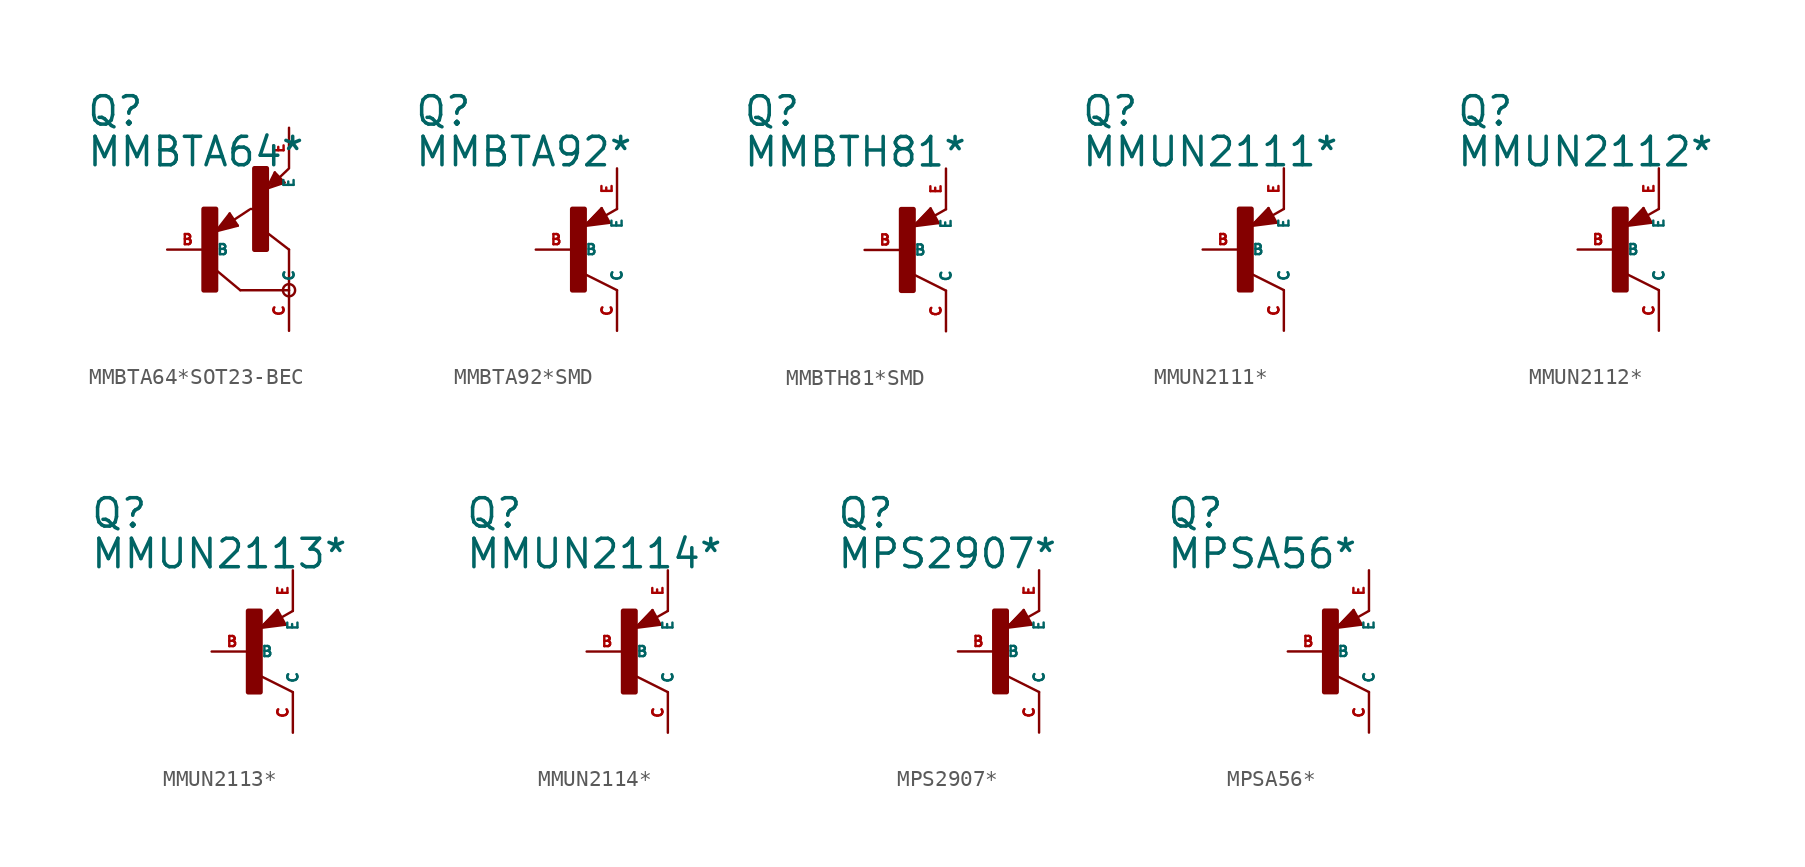
<source format=kicad_sym>
(kicad_symbol_lib
  (version 20220914)
  (generator Eagle2Kicad)
  (symbol "MMBTA64*SOT23-BEC"
    (property "Reference" "Q"
      (at -7.62 7.62 0)
      (effects (font (size 1.778 1.778) (thickness 0.22)) (justify left bottom)))
    (property "Value" "MMBTA64*"
      (at -7.62 5.08 0)
      (effects (font (size 1.778 1.778) (thickness 0.22)) (justify left bottom)))
    (polyline
      (pts (xy 5.08 -2.54) (xy 2.032 -2.54))
      (stroke (width 0.152) (type default))
      (fill (type none)))
    (polyline
      (pts (xy 2.032 -2.54) (xy 0.508 -1.27))
      (stroke (width 0.152) (type default))
      (fill (type none)))
    (polyline
      (pts (xy 5.08 0) (xy 3.429 1.27))
      (stroke (width 0.152) (type default))
      (fill (type none)))
    (polyline
      (pts (xy 1.37 2.259) (xy 0.508 1.143))
      (stroke (width 0.152) (type default))
      (fill (type none)))
    (polyline
      (pts (xy 1.878 1.497) (xy 1.37 2.259))
      (stroke (width 0.152) (type default))
      (fill (type none)))
    (polyline
      (pts (xy 0.508 1.143) (xy 1.878 1.497))
      (stroke (width 0.152) (type default))
      (fill (type none)))
    (polyline
      (pts (xy 1.608 1.843) (xy 2.586 2.486))
      (stroke (width 0.152) (type default))
      (fill (type none)))
    (polyline
      (pts (xy 0.635 1.27) (xy 1.397 2.159))
      (stroke (width 0.127) (type default))
      (fill (type none)))
    (polyline
      (pts (xy 1.397 2.159) (xy 1.778 1.524))
      (stroke (width 0.127) (type default))
      (fill (type none)))
    (polyline
      (pts (xy 1.778 1.524) (xy 0.762 1.27))
      (stroke (width 0.127) (type default))
      (fill (type none)))
    (polyline
      (pts (xy 0.762 1.27) (xy 1.397 2.032))
      (stroke (width 0.127) (type default))
      (fill (type none)))
    (polyline
      (pts (xy 1.397 2.032) (xy 1.651 1.651))
      (stroke (width 0.127) (type default))
      (fill (type none)))
    (polyline
      (pts (xy 1.651 1.651) (xy 0.889 1.397))
      (stroke (width 0.254) (type default))
      (fill (type none)))
    (polyline
      (pts (xy 0.889 1.397) (xy 1.397 1.905))
      (stroke (width 0.254) (type default))
      (fill (type none)))
    (polyline
      (pts (xy 1.397 1.905) (xy 1.397 1.778))
      (stroke (width 0.254) (type default))
      (fill (type none)))
    (polyline
      (pts (xy 3.683 3.81) (xy 4.799 4.191))
      (stroke (width 0.152) (type default))
      (fill (type none)))
    (polyline
      (pts (xy 4.191 4.826) (xy 3.683 3.81))
      (stroke (width 0.152) (type default))
      (fill (type none)))
    (polyline
      (pts (xy 4.799 4.191) (xy 4.191 4.826))
      (stroke (width 0.152) (type default))
      (fill (type none)))
    (polyline
      (pts (xy 4.483 4.51) (xy 5.026 5.026))
      (stroke (width 0.152) (type default))
      (fill (type none)))
    (polyline
      (pts (xy 3.81 3.937) (xy 4.191 4.699))
      (stroke (width 0.127) (type default))
      (fill (type none)))
    (polyline
      (pts (xy 4.191 4.699) (xy 4.699 4.191))
      (stroke (width 0.127) (type default))
      (fill (type none)))
    (polyline
      (pts (xy 4.699 4.191) (xy 3.937 3.937))
      (stroke (width 0.127) (type default))
      (fill (type none)))
    (polyline
      (pts (xy 3.937 3.937) (xy 4.191 4.572))
      (stroke (width 0.127) (type default))
      (fill (type none)))
    (polyline
      (pts (xy 4.191 4.572) (xy 4.572 4.191))
      (stroke (width 0.254) (type default))
      (fill (type none)))
    (polyline
      (pts (xy 4.572 4.191) (xy 4.064 4.064))
      (stroke (width 0.254) (type default))
      (fill (type none)))
    (polyline
      (pts (xy 4.064 4.064) (xy 4.191 4.318))
      (stroke (width 0.254) (type default))
      (fill (type none)))
    (polyline
      (pts (xy 4.191 4.318) (xy 4.318 4.318))
      (stroke (width 0.254) (type default))
      (fill (type none)))
    (polyline
      (pts (xy 5.08 -2.54) (xy 5.08 0))
      (stroke (width 0.152) (type default))
      (fill (type none)))
    (polyline
      (pts (xy 2.667 2.54) (xy 2.921 2.54))
      (stroke (width 0.152) (type default))
      (fill (type none)))
    (circle
      (center 5.08 -2.54)
      (radius 0.381)
      (stroke (width 0) (type default))
      (fill (type none)))
    (rectangle
      (start -0.254 -2.54)
      (end 0.508 2.54)
      (stroke (width 0.3) (type default))
      (fill (type outline)))
    (rectangle
      (start 2.921 0)
      (end 3.683 5.08)
      (stroke (width 0.3) (type default))
      (fill (type outline)))
    (pin passive line
      (at -2.54 0 0)
      (length 2.54)
      (name "B" (effects (font (size 0.635 0.635) (thickness 0.08)) (justify left bottom)))
      (number "B" (effects (font (size 0.635 0.635) (thickness 0.08)) (justify left bottom))))
    (pin passive line
      (at 5.08 7.62 270)
      (length 2.54)
      (name "E" (effects (font (size 0.635 0.635) (thickness 0.08)) (justify left bottom)))
      (number "E" (effects (font (size 0.635 0.635) (thickness 0.08)) (justify left bottom))))
    (pin passive line
      (at 5.08 -5.08 90)
      (length 2.54)
      (name "C" (effects (font (size 0.635 0.635) (thickness 0.08)) (justify left bottom)))
      (number "C" (effects (font (size 0.635 0.635) (thickness 0.08)) (justify left bottom)))))
  (symbol "MMBTA92*SMD"
    (property "Reference" "Q"
      (at -10.16 7.62 0)
      (effects (font (size 1.778 1.778) (thickness 0.22)) (justify left bottom)))
    (property "Value" "MMBTA92*"
      (at -10.16 5.08 0)
      (effects (font (size 1.778 1.778) (thickness 0.22)) (justify left bottom)))
    (polyline
      (pts (xy 2.086 1.678) (xy 1.578 2.594))
      (stroke (width 0.152) (type default))
      (fill (type none)))
    (polyline
      (pts (xy 1.578 2.594) (xy 0.516 1.478))
      (stroke (width 0.152) (type default))
      (fill (type none)))
    (polyline
      (pts (xy 0.516 1.478) (xy 2.086 1.678))
      (stroke (width 0.152) (type default))
      (fill (type none)))
    (polyline
      (pts (xy 2.54 2.54) (xy 1.808 2.124))
      (stroke (width 0.152) (type default))
      (fill (type none)))
    (polyline
      (pts (xy 2.54 -2.54) (xy 0.508 -1.524))
      (stroke (width 0.152) (type default))
      (fill (type none)))
    (polyline
      (pts (xy 1.905 1.778) (xy 1.524 2.413))
      (stroke (width 0.254) (type default))
      (fill (type none)))
    (polyline
      (pts (xy 1.524 2.413) (xy 0.762 1.651))
      (stroke (width 0.254) (type default))
      (fill (type none)))
    (polyline
      (pts (xy 0.762 1.651) (xy 1.778 1.778))
      (stroke (width 0.254) (type default))
      (fill (type none)))
    (polyline
      (pts (xy 1.778 1.778) (xy 1.524 2.159))
      (stroke (width 0.254) (type default))
      (fill (type none)))
    (polyline
      (pts (xy 1.524 2.159) (xy 1.143 1.905))
      (stroke (width 0.254) (type default))
      (fill (type none)))
    (polyline
      (pts (xy 1.143 1.905) (xy 1.524 1.905))
      (stroke (width 0.254) (type default))
      (fill (type none)))
    (rectangle
      (start -0.254 -2.54)
      (end 0.508 2.54)
      (stroke (width 0.3) (type default))
      (fill (type outline)))
    (pin passive line
      (at -2.54 0 0)
      (length 2.54)
      (name "B" (effects (font (size 0.635 0.635) (thickness 0.08)) (justify left bottom)))
      (number "B" (effects (font (size 0.635 0.635) (thickness 0.08)) (justify left bottom))))
    (pin passive line
      (at 2.54 5.08 270)
      (length 2.54)
      (name "E" (effects (font (size 0.635 0.635) (thickness 0.08)) (justify left bottom)))
      (number "E" (effects (font (size 0.635 0.635) (thickness 0.08)) (justify left bottom))))
    (pin passive line
      (at 2.54 -5.08 90)
      (length 2.54)
      (name "C" (effects (font (size 0.635 0.635) (thickness 0.08)) (justify left bottom)))
      (number "C" (effects (font (size 0.635 0.635) (thickness 0.08)) (justify left bottom)))))
  (symbol "MMBTH81*SMD"
    (property "Reference" "Q"
      (at -10.16 7.62 0)
      (effects (font (size 1.778 1.778) (thickness 0.22)) (justify left bottom)))
    (property "Value" "MMBTH81*"
      (at -10.16 5.08 0)
      (effects (font (size 1.778 1.778) (thickness 0.22)) (justify left bottom)))
    (polyline
      (pts (xy 2.086 1.678) (xy 1.578 2.594))
      (stroke (width 0.152) (type default))
      (fill (type none)))
    (polyline
      (pts (xy 1.578 2.594) (xy 0.516 1.478))
      (stroke (width 0.152) (type default))
      (fill (type none)))
    (polyline
      (pts (xy 0.516 1.478) (xy 2.086 1.678))
      (stroke (width 0.152) (type default))
      (fill (type none)))
    (polyline
      (pts (xy 2.54 2.54) (xy 1.808 2.124))
      (stroke (width 0.152) (type default))
      (fill (type none)))
    (polyline
      (pts (xy 2.54 -2.54) (xy 0.508 -1.524))
      (stroke (width 0.152) (type default))
      (fill (type none)))
    (polyline
      (pts (xy 1.905 1.778) (xy 1.524 2.413))
      (stroke (width 0.254) (type default))
      (fill (type none)))
    (polyline
      (pts (xy 1.524 2.413) (xy 0.762 1.651))
      (stroke (width 0.254) (type default))
      (fill (type none)))
    (polyline
      (pts (xy 0.762 1.651) (xy 1.778 1.778))
      (stroke (width 0.254) (type default))
      (fill (type none)))
    (polyline
      (pts (xy 1.778 1.778) (xy 1.524 2.159))
      (stroke (width 0.254) (type default))
      (fill (type none)))
    (polyline
      (pts (xy 1.524 2.159) (xy 1.143 1.905))
      (stroke (width 0.254) (type default))
      (fill (type none)))
    (polyline
      (pts (xy 1.143 1.905) (xy 1.524 1.905))
      (stroke (width 0.254) (type default))
      (fill (type none)))
    (rectangle
      (start -0.254 -2.54)
      (end 0.508 2.54)
      (stroke (width 0.3) (type default))
      (fill (type outline)))
    (pin passive line
      (at -2.54 0 0)
      (length 2.54)
      (name "B" (effects (font (size 0.635 0.635) (thickness 0.08)) (justify left bottom)))
      (number "B" (effects (font (size 0.635 0.635) (thickness 0.08)) (justify left bottom))))
    (pin passive line
      (at 2.54 5.08 270)
      (length 2.54)
      (name "E" (effects (font (size 0.635 0.635) (thickness 0.08)) (justify left bottom)))
      (number "E" (effects (font (size 0.635 0.635) (thickness 0.08)) (justify left bottom))))
    (pin passive line
      (at 2.54 -5.08 90)
      (length 2.54)
      (name "C" (effects (font (size 0.635 0.635) (thickness 0.08)) (justify left bottom)))
      (number "C" (effects (font (size 0.635 0.635) (thickness 0.08)) (justify left bottom)))))
  (symbol "MMUN2111*"
    (property "Reference" "Q"
      (at -10.16 7.62 0)
      (effects (font (size 1.778 1.778) (thickness 0.22)) (justify left bottom)))
    (property "Value" "MMUN2111*"
      (at -10.16 5.08 0)
      (effects (font (size 1.778 1.778) (thickness 0.22)) (justify left bottom)))
    (polyline
      (pts (xy 2.086 1.678) (xy 1.578 2.594))
      (stroke (width 0.152) (type default))
      (fill (type none)))
    (polyline
      (pts (xy 1.578 2.594) (xy 0.516 1.478))
      (stroke (width 0.152) (type default))
      (fill (type none)))
    (polyline
      (pts (xy 0.516 1.478) (xy 2.086 1.678))
      (stroke (width 0.152) (type default))
      (fill (type none)))
    (polyline
      (pts (xy 2.54 2.54) (xy 1.808 2.124))
      (stroke (width 0.152) (type default))
      (fill (type none)))
    (polyline
      (pts (xy 2.54 -2.54) (xy 0.508 -1.524))
      (stroke (width 0.152) (type default))
      (fill (type none)))
    (polyline
      (pts (xy 1.905 1.778) (xy 1.524 2.413))
      (stroke (width 0.254) (type default))
      (fill (type none)))
    (polyline
      (pts (xy 1.524 2.413) (xy 0.762 1.651))
      (stroke (width 0.254) (type default))
      (fill (type none)))
    (polyline
      (pts (xy 0.762 1.651) (xy 1.778 1.778))
      (stroke (width 0.254) (type default))
      (fill (type none)))
    (polyline
      (pts (xy 1.778 1.778) (xy 1.524 2.159))
      (stroke (width 0.254) (type default))
      (fill (type none)))
    (polyline
      (pts (xy 1.524 2.159) (xy 1.143 1.905))
      (stroke (width 0.254) (type default))
      (fill (type none)))
    (polyline
      (pts (xy 1.143 1.905) (xy 1.524 1.905))
      (stroke (width 0.254) (type default))
      (fill (type none)))
    (rectangle
      (start -0.254 -2.54)
      (end 0.508 2.54)
      (stroke (width 0.3) (type default))
      (fill (type outline)))
    (pin passive line
      (at -2.54 0 0)
      (length 2.54)
      (name "B" (effects (font (size 0.635 0.635) (thickness 0.08)) (justify left bottom)))
      (number "B" (effects (font (size 0.635 0.635) (thickness 0.08)) (justify left bottom))))
    (pin passive line
      (at 2.54 5.08 270)
      (length 2.54)
      (name "E" (effects (font (size 0.635 0.635) (thickness 0.08)) (justify left bottom)))
      (number "E" (effects (font (size 0.635 0.635) (thickness 0.08)) (justify left bottom))))
    (pin passive line
      (at 2.54 -5.08 90)
      (length 2.54)
      (name "C" (effects (font (size 0.635 0.635) (thickness 0.08)) (justify left bottom)))
      (number "C" (effects (font (size 0.635 0.635) (thickness 0.08)) (justify left bottom)))))
  (symbol "MMUN2112*"
    (property "Reference" "Q"
      (at -10.16 7.62 0)
      (effects (font (size 1.778 1.778) (thickness 0.22)) (justify left bottom)))
    (property "Value" "MMUN2112*"
      (at -10.16 5.08 0)
      (effects (font (size 1.778 1.778) (thickness 0.22)) (justify left bottom)))
    (polyline
      (pts (xy 2.086 1.678) (xy 1.578 2.594))
      (stroke (width 0.152) (type default))
      (fill (type none)))
    (polyline
      (pts (xy 1.578 2.594) (xy 0.516 1.478))
      (stroke (width 0.152) (type default))
      (fill (type none)))
    (polyline
      (pts (xy 0.516 1.478) (xy 2.086 1.678))
      (stroke (width 0.152) (type default))
      (fill (type none)))
    (polyline
      (pts (xy 2.54 2.54) (xy 1.808 2.124))
      (stroke (width 0.152) (type default))
      (fill (type none)))
    (polyline
      (pts (xy 2.54 -2.54) (xy 0.508 -1.524))
      (stroke (width 0.152) (type default))
      (fill (type none)))
    (polyline
      (pts (xy 1.905 1.778) (xy 1.524 2.413))
      (stroke (width 0.254) (type default))
      (fill (type none)))
    (polyline
      (pts (xy 1.524 2.413) (xy 0.762 1.651))
      (stroke (width 0.254) (type default))
      (fill (type none)))
    (polyline
      (pts (xy 0.762 1.651) (xy 1.778 1.778))
      (stroke (width 0.254) (type default))
      (fill (type none)))
    (polyline
      (pts (xy 1.778 1.778) (xy 1.524 2.159))
      (stroke (width 0.254) (type default))
      (fill (type none)))
    (polyline
      (pts (xy 1.524 2.159) (xy 1.143 1.905))
      (stroke (width 0.254) (type default))
      (fill (type none)))
    (polyline
      (pts (xy 1.143 1.905) (xy 1.524 1.905))
      (stroke (width 0.254) (type default))
      (fill (type none)))
    (rectangle
      (start -0.254 -2.54)
      (end 0.508 2.54)
      (stroke (width 0.3) (type default))
      (fill (type outline)))
    (pin passive line
      (at -2.54 0 0)
      (length 2.54)
      (name "B" (effects (font (size 0.635 0.635) (thickness 0.08)) (justify left bottom)))
      (number "B" (effects (font (size 0.635 0.635) (thickness 0.08)) (justify left bottom))))
    (pin passive line
      (at 2.54 5.08 270)
      (length 2.54)
      (name "E" (effects (font (size 0.635 0.635) (thickness 0.08)) (justify left bottom)))
      (number "E" (effects (font (size 0.635 0.635) (thickness 0.08)) (justify left bottom))))
    (pin passive line
      (at 2.54 -5.08 90)
      (length 2.54)
      (name "C" (effects (font (size 0.635 0.635) (thickness 0.08)) (justify left bottom)))
      (number "C" (effects (font (size 0.635 0.635) (thickness 0.08)) (justify left bottom)))))
  (symbol "MMUN2113*"
    (property "Reference" "Q"
      (at -10.16 7.62 0)
      (effects (font (size 1.778 1.778) (thickness 0.22)) (justify left bottom)))
    (property "Value" "MMUN2113*"
      (at -10.16 5.08 0)
      (effects (font (size 1.778 1.778) (thickness 0.22)) (justify left bottom)))
    (polyline
      (pts (xy 2.086 1.678) (xy 1.578 2.594))
      (stroke (width 0.152) (type default))
      (fill (type none)))
    (polyline
      (pts (xy 1.578 2.594) (xy 0.516 1.478))
      (stroke (width 0.152) (type default))
      (fill (type none)))
    (polyline
      (pts (xy 0.516 1.478) (xy 2.086 1.678))
      (stroke (width 0.152) (type default))
      (fill (type none)))
    (polyline
      (pts (xy 2.54 2.54) (xy 1.808 2.124))
      (stroke (width 0.152) (type default))
      (fill (type none)))
    (polyline
      (pts (xy 2.54 -2.54) (xy 0.508 -1.524))
      (stroke (width 0.152) (type default))
      (fill (type none)))
    (polyline
      (pts (xy 1.905 1.778) (xy 1.524 2.413))
      (stroke (width 0.254) (type default))
      (fill (type none)))
    (polyline
      (pts (xy 1.524 2.413) (xy 0.762 1.651))
      (stroke (width 0.254) (type default))
      (fill (type none)))
    (polyline
      (pts (xy 0.762 1.651) (xy 1.778 1.778))
      (stroke (width 0.254) (type default))
      (fill (type none)))
    (polyline
      (pts (xy 1.778 1.778) (xy 1.524 2.159))
      (stroke (width 0.254) (type default))
      (fill (type none)))
    (polyline
      (pts (xy 1.524 2.159) (xy 1.143 1.905))
      (stroke (width 0.254) (type default))
      (fill (type none)))
    (polyline
      (pts (xy 1.143 1.905) (xy 1.524 1.905))
      (stroke (width 0.254) (type default))
      (fill (type none)))
    (rectangle
      (start -0.254 -2.54)
      (end 0.508 2.54)
      (stroke (width 0.3) (type default))
      (fill (type outline)))
    (pin passive line
      (at -2.54 0 0)
      (length 2.54)
      (name "B" (effects (font (size 0.635 0.635) (thickness 0.08)) (justify left bottom)))
      (number "B" (effects (font (size 0.635 0.635) (thickness 0.08)) (justify left bottom))))
    (pin passive line
      (at 2.54 5.08 270)
      (length 2.54)
      (name "E" (effects (font (size 0.635 0.635) (thickness 0.08)) (justify left bottom)))
      (number "E" (effects (font (size 0.635 0.635) (thickness 0.08)) (justify left bottom))))
    (pin passive line
      (at 2.54 -5.08 90)
      (length 2.54)
      (name "C" (effects (font (size 0.635 0.635) (thickness 0.08)) (justify left bottom)))
      (number "C" (effects (font (size 0.635 0.635) (thickness 0.08)) (justify left bottom)))))
  (symbol "MMUN2114*"
    (property "Reference" "Q"
      (at -10.16 7.62 0)
      (effects (font (size 1.778 1.778) (thickness 0.22)) (justify left bottom)))
    (property "Value" "MMUN2114*"
      (at -10.16 5.08 0)
      (effects (font (size 1.778 1.778) (thickness 0.22)) (justify left bottom)))
    (polyline
      (pts (xy 2.086 1.678) (xy 1.578 2.594))
      (stroke (width 0.152) (type default))
      (fill (type none)))
    (polyline
      (pts (xy 1.578 2.594) (xy 0.516 1.478))
      (stroke (width 0.152) (type default))
      (fill (type none)))
    (polyline
      (pts (xy 0.516 1.478) (xy 2.086 1.678))
      (stroke (width 0.152) (type default))
      (fill (type none)))
    (polyline
      (pts (xy 2.54 2.54) (xy 1.808 2.124))
      (stroke (width 0.152) (type default))
      (fill (type none)))
    (polyline
      (pts (xy 2.54 -2.54) (xy 0.508 -1.524))
      (stroke (width 0.152) (type default))
      (fill (type none)))
    (polyline
      (pts (xy 1.905 1.778) (xy 1.524 2.413))
      (stroke (width 0.254) (type default))
      (fill (type none)))
    (polyline
      (pts (xy 1.524 2.413) (xy 0.762 1.651))
      (stroke (width 0.254) (type default))
      (fill (type none)))
    (polyline
      (pts (xy 0.762 1.651) (xy 1.778 1.778))
      (stroke (width 0.254) (type default))
      (fill (type none)))
    (polyline
      (pts (xy 1.778 1.778) (xy 1.524 2.159))
      (stroke (width 0.254) (type default))
      (fill (type none)))
    (polyline
      (pts (xy 1.524 2.159) (xy 1.143 1.905))
      (stroke (width 0.254) (type default))
      (fill (type none)))
    (polyline
      (pts (xy 1.143 1.905) (xy 1.524 1.905))
      (stroke (width 0.254) (type default))
      (fill (type none)))
    (rectangle
      (start -0.254 -2.54)
      (end 0.508 2.54)
      (stroke (width 0.3) (type default))
      (fill (type outline)))
    (pin passive line
      (at -2.54 0 0)
      (length 2.54)
      (name "B" (effects (font (size 0.635 0.635) (thickness 0.08)) (justify left bottom)))
      (number "B" (effects (font (size 0.635 0.635) (thickness 0.08)) (justify left bottom))))
    (pin passive line
      (at 2.54 5.08 270)
      (length 2.54)
      (name "E" (effects (font (size 0.635 0.635) (thickness 0.08)) (justify left bottom)))
      (number "E" (effects (font (size 0.635 0.635) (thickness 0.08)) (justify left bottom))))
    (pin passive line
      (at 2.54 -5.08 90)
      (length 2.54)
      (name "C" (effects (font (size 0.635 0.635) (thickness 0.08)) (justify left bottom)))
      (number "C" (effects (font (size 0.635 0.635) (thickness 0.08)) (justify left bottom)))))
  (symbol "MPS2907*"
    (property "Reference" "Q"
      (at -10.16 7.62 0)
      (effects (font (size 1.778 1.778) (thickness 0.22)) (justify left bottom)))
    (property "Value" "MPS2907*"
      (at -10.16 5.08 0)
      (effects (font (size 1.778 1.778) (thickness 0.22)) (justify left bottom)))
    (polyline
      (pts (xy 2.086 1.678) (xy 1.578 2.594))
      (stroke (width 0.152) (type default))
      (fill (type none)))
    (polyline
      (pts (xy 1.578 2.594) (xy 0.516 1.478))
      (stroke (width 0.152) (type default))
      (fill (type none)))
    (polyline
      (pts (xy 0.516 1.478) (xy 2.086 1.678))
      (stroke (width 0.152) (type default))
      (fill (type none)))
    (polyline
      (pts (xy 2.54 2.54) (xy 1.808 2.124))
      (stroke (width 0.152) (type default))
      (fill (type none)))
    (polyline
      (pts (xy 2.54 -2.54) (xy 0.508 -1.524))
      (stroke (width 0.152) (type default))
      (fill (type none)))
    (polyline
      (pts (xy 1.905 1.778) (xy 1.524 2.413))
      (stroke (width 0.254) (type default))
      (fill (type none)))
    (polyline
      (pts (xy 1.524 2.413) (xy 0.762 1.651))
      (stroke (width 0.254) (type default))
      (fill (type none)))
    (polyline
      (pts (xy 0.762 1.651) (xy 1.778 1.778))
      (stroke (width 0.254) (type default))
      (fill (type none)))
    (polyline
      (pts (xy 1.778 1.778) (xy 1.524 2.159))
      (stroke (width 0.254) (type default))
      (fill (type none)))
    (polyline
      (pts (xy 1.524 2.159) (xy 1.143 1.905))
      (stroke (width 0.254) (type default))
      (fill (type none)))
    (polyline
      (pts (xy 1.143 1.905) (xy 1.524 1.905))
      (stroke (width 0.254) (type default))
      (fill (type none)))
    (rectangle
      (start -0.254 -2.54)
      (end 0.508 2.54)
      (stroke (width 0.3) (type default))
      (fill (type outline)))
    (pin passive line
      (at -2.54 0 0)
      (length 2.54)
      (name "B" (effects (font (size 0.635 0.635) (thickness 0.08)) (justify left bottom)))
      (number "B" (effects (font (size 0.635 0.635) (thickness 0.08)) (justify left bottom))))
    (pin passive line
      (at 2.54 5.08 270)
      (length 2.54)
      (name "E" (effects (font (size 0.635 0.635) (thickness 0.08)) (justify left bottom)))
      (number "E" (effects (font (size 0.635 0.635) (thickness 0.08)) (justify left bottom))))
    (pin passive line
      (at 2.54 -5.08 90)
      (length 2.54)
      (name "C" (effects (font (size 0.635 0.635) (thickness 0.08)) (justify left bottom)))
      (number "C" (effects (font (size 0.635 0.635) (thickness 0.08)) (justify left bottom)))))
  (symbol "MPSA56*"
    (property "Reference" "Q"
      (at -10.16 7.62 0)
      (effects (font (size 1.778 1.778) (thickness 0.22)) (justify left bottom)))
    (property "Value" "MPSA56*"
      (at -10.16 5.08 0)
      (effects (font (size 1.778 1.778) (thickness 0.22)) (justify left bottom)))
    (polyline
      (pts (xy 2.086 1.678) (xy 1.578 2.594))
      (stroke (width 0.152) (type default))
      (fill (type none)))
    (polyline
      (pts (xy 1.578 2.594) (xy 0.516 1.478))
      (stroke (width 0.152) (type default))
      (fill (type none)))
    (polyline
      (pts (xy 0.516 1.478) (xy 2.086 1.678))
      (stroke (width 0.152) (type default))
      (fill (type none)))
    (polyline
      (pts (xy 2.54 2.54) (xy 1.808 2.124))
      (stroke (width 0.152) (type default))
      (fill (type none)))
    (polyline
      (pts (xy 2.54 -2.54) (xy 0.508 -1.524))
      (stroke (width 0.152) (type default))
      (fill (type none)))
    (polyline
      (pts (xy 1.905 1.778) (xy 1.524 2.413))
      (stroke (width 0.254) (type default))
      (fill (type none)))
    (polyline
      (pts (xy 1.524 2.413) (xy 0.762 1.651))
      (stroke (width 0.254) (type default))
      (fill (type none)))
    (polyline
      (pts (xy 0.762 1.651) (xy 1.778 1.778))
      (stroke (width 0.254) (type default))
      (fill (type none)))
    (polyline
      (pts (xy 1.778 1.778) (xy 1.524 2.159))
      (stroke (width 0.254) (type default))
      (fill (type none)))
    (polyline
      (pts (xy 1.524 2.159) (xy 1.143 1.905))
      (stroke (width 0.254) (type default))
      (fill (type none)))
    (polyline
      (pts (xy 1.143 1.905) (xy 1.524 1.905))
      (stroke (width 0.254) (type default))
      (fill (type none)))
    (rectangle
      (start -0.254 -2.54)
      (end 0.508 2.54)
      (stroke (width 0.3) (type default))
      (fill (type outline)))
    (pin passive line
      (at -2.54 0 0)
      (length 2.54)
      (name "B" (effects (font (size 0.635 0.635) (thickness 0.08)) (justify left bottom)))
      (number "B" (effects (font (size 0.635 0.635) (thickness 0.08)) (justify left bottom))))
    (pin passive line
      (at 2.54 5.08 270)
      (length 2.54)
      (name "E" (effects (font (size 0.635 0.635) (thickness 0.08)) (justify left bottom)))
      (number "E" (effects (font (size 0.635 0.635) (thickness 0.08)) (justify left bottom))))
    (pin passive line
      (at 2.54 -5.08 90)
      (length 2.54)
      (name "C" (effects (font (size 0.635 0.635) (thickness 0.08)) (justify left bottom)))
      (number "C" (effects (font (size 0.635 0.635) (thickness 0.08)) (justify left bottom))))))
</source>
